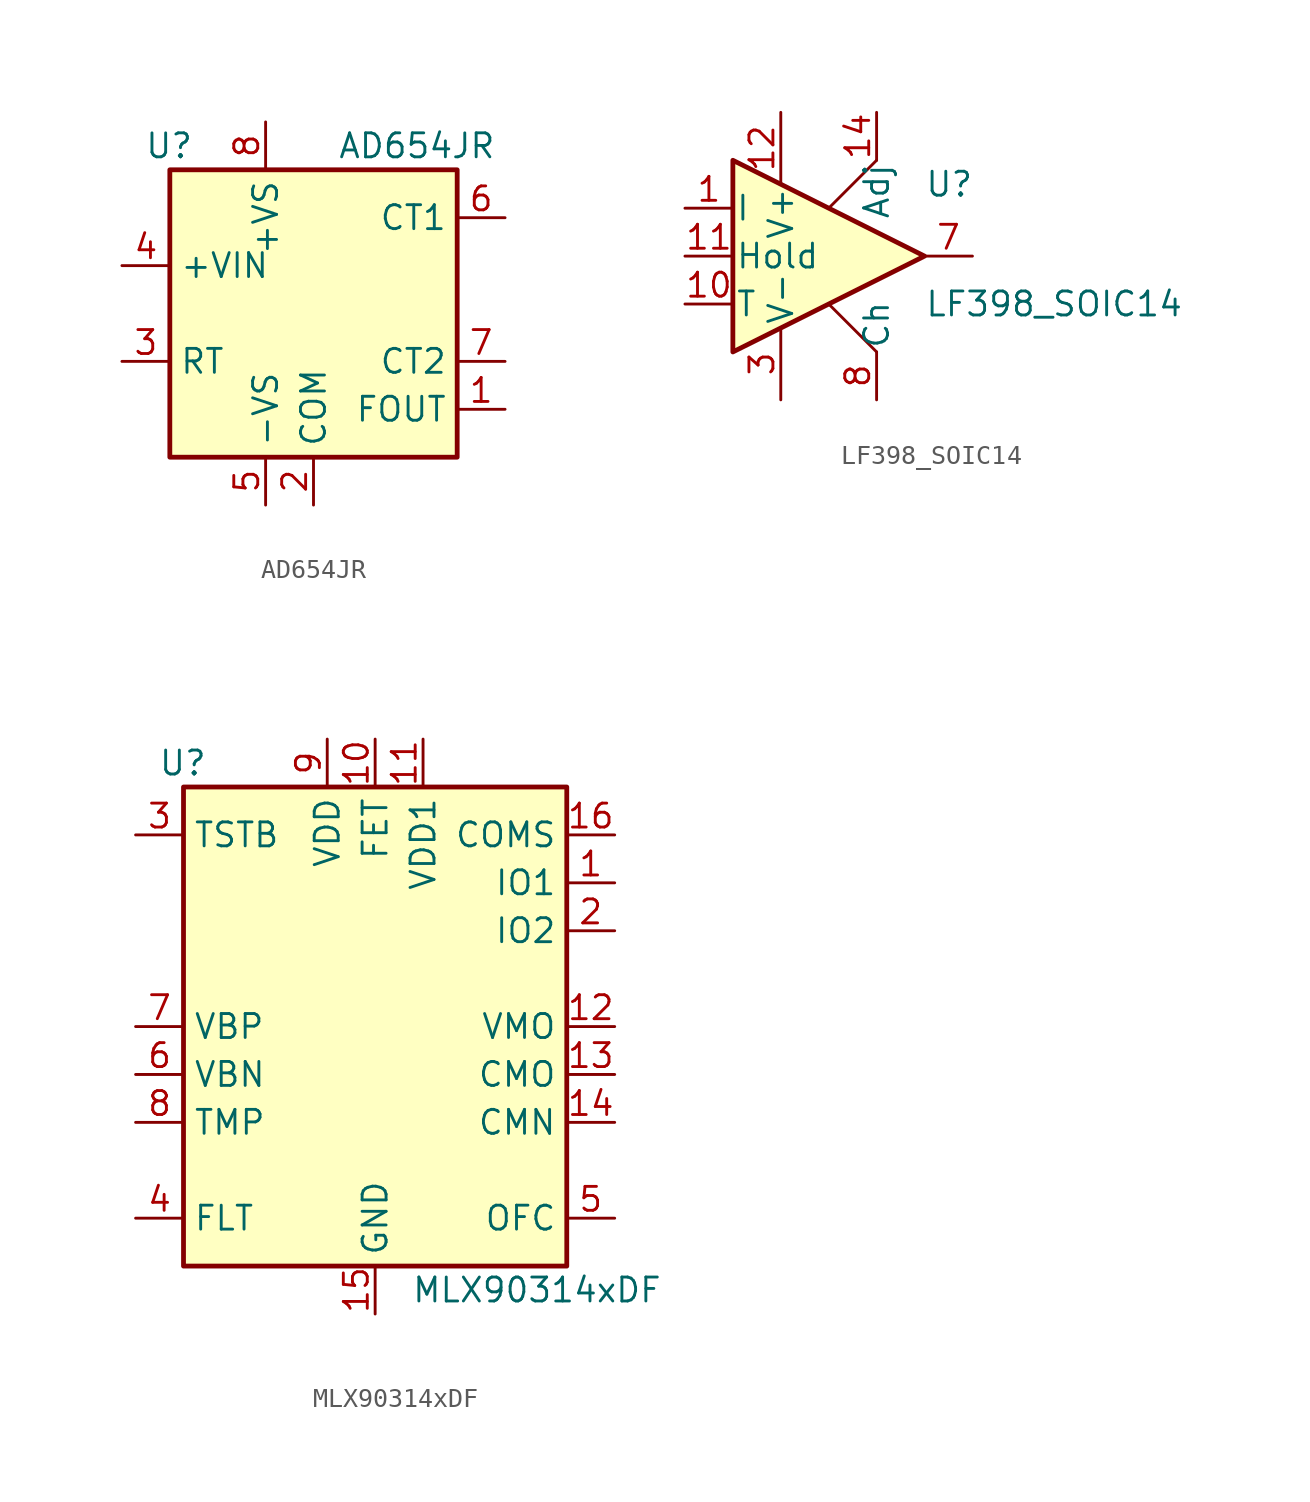
<source format=kicad_sym>
(kicad_symbol_lib
  (version 20201005)
  (generator kicad_symbol_editor)
  (symbol "Analog:AD654JR"
    (property "Reference" "U"
      (at -6.35 8.89 0)
      (effects (font (size 1.27 1.27)) (justify right)))
    (property "Value" "AD654JR"
      (at 1.27 8.89 0)
      (effects (font (size 1.27 1.27)) (justify left)))
    (symbol "AD654JR_0_1"
      (rectangle (start -7.62 7.62) (end 7.62 -7.62) (stroke (width 0.254)) (fill (type background))))
    (symbol "AD654JR_1_1"
      (pin open_collector line (at 10.16 -5.08 180) (length 2.54) (name "FOUT" (effects (font (size 1.27 1.27)))) (number "1" (effects (font (size 1.27 1.27)))))
      (pin power_in line (at 0 -10.16 90) (length 2.54) (name "COM" (effects (font (size 1.27 1.27)))) (number "2" (effects (font (size 1.27 1.27)))))
      (pin input line (at -10.16 -2.54 0) (length 2.54) (name "RT" (effects (font (size 1.27 1.27)))) (number "3" (effects (font (size 1.27 1.27)))))
      (pin input line (at -10.16 2.54 0) (length 2.54) (name "+VIN" (effects (font (size 1.27 1.27)))) (number "4" (effects (font (size 1.27 1.27)))))
      (pin power_in line (at -2.54 -10.16 90) (length 2.54) (name "-VS" (effects (font (size 1.27 1.27)))) (number "5" (effects (font (size 1.27 1.27)))))
      (pin passive line (at 10.16 5.08 180) (length 2.54) (name "CT1" (effects (font (size 1.27 1.27)))) (number "6" (effects (font (size 1.27 1.27)))))
      (pin passive line (at 10.16 -2.54 180) (length 2.54) (name "CT2" (effects (font (size 1.27 1.27)))) (number "7" (effects (font (size 1.27 1.27)))))
      (pin power_in line (at -2.54 10.16 270) (length 2.54) (name "+VS" (effects (font (size 1.27 1.27)))) (number "8" (effects (font (size 1.27 1.27)))))))
  (symbol "Analog:LF398_SOIC14"
    (pin_names
      (offset 0.127))
    (property "Reference" "U"
      (at 5.08 3.81 0)
      (effects (font (size 1.27 1.27)) (justify left)))
    (property "Value" "LF398_SOIC14"
      (at 5.08 -2.54 0)
      (effects (font (size 1.27 1.27)) (justify left)))
    (symbol "LF398_SOIC14_0_1"
      (polyline (pts (xy 0 -2.54) (xy 2.54 -5.08)) (stroke (width 0)) (fill (type none)))
      (polyline (pts (xy 2.54 5.08) (xy 0 2.54)) (stroke (width 0)) (fill (type none)))
      (polyline (pts (xy -5.08 5.08) (xy 5.08 0) (xy -5.08 -5.08) (xy -5.08 5.08)) (stroke (width 0.254)) (fill (type background))))
    (symbol "LF398_SOIC14_1_1"
      (pin input line (at -7.62 2.54 0) (length 2.54) (name "I" (effects (font (size 1.27 1.27)))) (number "1" (effects (font (size 1.27 1.27)))))
      (pin passive line (at -7.62 -2.54 0) (length 2.54) (name "T" (effects (font (size 1.27 1.27)))) (number "10" (effects (font (size 1.27 1.27)))))
      (pin input line (at -7.62 0 0) (length 2.54) (name "Hold" (effects (font (size 1.27 1.27)))) (number "11" (effects (font (size 1.27 1.27)))))
      (pin passive line (at -2.54 7.62 270) (length 3.81) (name "V+" (effects (font (size 1.27 1.27)))) (number "12" (effects (font (size 1.27 1.27)))))
      (pin no_connect line (at 0 -2.54 90) (length 2.54) hide (name "NC" (effects (font (size 1.27 1.27)))) (number "13" (effects (font (size 1.27 1.27)))))
      (pin passive line (at 2.54 7.62 270) (length 2.54) (name "Adj" (effects (font (size 1.27 1.27)))) (number "14" (effects (font (size 1.27 1.27)))))
      (pin no_connect line (at -5.08 2.54 270) (length 2.54) hide (name "NC" (effects (font (size 1.27 1.27)))) (number "2" (effects (font (size 1.27 1.27)))))
      (pin passive line (at -2.54 -7.62 90) (length 3.81) (name "V-" (effects (font (size 1.27 1.27)))) (number "3" (effects (font (size 1.27 1.27)))))
      (pin no_connect line (at -2.54 2.54 270) (length 2.54) hide (name "NC" (effects (font (size 1.27 1.27)))) (number "4" (effects (font (size 1.27 1.27)))))
      (pin no_connect line (at -5.08 -2.54 90) (length 2.54) hide (name "NC" (effects (font (size 1.27 1.27)))) (number "5" (effects (font (size 1.27 1.27)))))
      (pin no_connect line (at -2.54 -2.54 90) (length 2.54) hide (name "NC" (effects (font (size 1.27 1.27)))) (number "6" (effects (font (size 1.27 1.27)))))
      (pin output line (at 7.62 0 180) (length 2.54) (name "~" (effects (font (size 1.27 1.27)))) (number "7" (effects (font (size 1.27 1.27)))))
      (pin passive line (at 2.54 -7.62 90) (length 2.54) (name "Ch" (effects (font (size 1.27 1.27)))) (number "8" (effects (font (size 1.27 1.27)))))
      (pin no_connect line (at 0 2.54 270) (length 2.54) hide (name "NC" (effects (font (size 1.27 1.27)))) (number "9" (effects (font (size 1.27 1.27)))))))
  (symbol "Analog:MLX90314xDF"
    (property "Reference" "U"
      (at -8.89 13.97 0)
      (effects (font (size 1.27 1.27)) (justify right)))
    (property "Value" "MLX90314xDF"
      (at 15.24 -13.97 0)
      (effects (font (size 1.27 1.27)) (justify right)))
    (symbol "MLX90314xDF_0_1"
      (rectangle (start -10.16 12.7) (end 10.16 -12.7) (stroke (width 0.254)) (fill (type background))))
    (symbol "MLX90314xDF_1_1"
      (pin bidirectional line (at 12.7 7.62 180) (length 2.54) (name "IO1" (effects (font (size 1.27 1.27)))) (number "1" (effects (font (size 1.27 1.27)))))
      (pin output line (at 0 15.24 270) (length 2.54) (name "FET" (effects (font (size 1.27 1.27)))) (number "10" (effects (font (size 1.27 1.27)))))
      (pin power_in line (at 2.54 15.24 270) (length 2.54) (name "VDD1" (effects (font (size 1.27 1.27)))) (number "11" (effects (font (size 1.27 1.27)))))
      (pin output line (at 12.7 0 180) (length 2.54) (name "VMO" (effects (font (size 1.27 1.27)))) (number "12" (effects (font (size 1.27 1.27)))))
      (pin output line (at 12.7 -2.54 180) (length 2.54) (name "CMO" (effects (font (size 1.27 1.27)))) (number "13" (effects (font (size 1.27 1.27)))))
      (pin input line (at 12.7 -5.08 180) (length 2.54) (name "CMN" (effects (font (size 1.27 1.27)))) (number "14" (effects (font (size 1.27 1.27)))))
      (pin power_in line (at 0 -15.24 90) (length 2.54) (name "GND" (effects (font (size 1.27 1.27)))) (number "15" (effects (font (size 1.27 1.27)))))
      (pin bidirectional line (at 12.7 10.16 180) (length 2.54) (name "COMS" (effects (font (size 1.27 1.27)))) (number "16" (effects (font (size 1.27 1.27)))))
      (pin bidirectional line (at 12.7 5.08 180) (length 2.54) (name "IO2" (effects (font (size 1.27 1.27)))) (number "2" (effects (font (size 1.27 1.27)))))
      (pin input line (at -12.7 10.16 0) (length 2.54) (name "TSTB" (effects (font (size 1.27 1.27)))) (number "3" (effects (font (size 1.27 1.27)))))
      (pin passive line (at -12.7 -10.16 0) (length 2.54) (name "FLT" (effects (font (size 1.27 1.27)))) (number "4" (effects (font (size 1.27 1.27)))))
      (pin output line (at 12.7 -10.16 180) (length 2.54) (name "OFC" (effects (font (size 1.27 1.27)))) (number "5" (effects (font (size 1.27 1.27)))))
      (pin input line (at -12.7 -2.54 0) (length 2.54) (name "VBN" (effects (font (size 1.27 1.27)))) (number "6" (effects (font (size 1.27 1.27)))))
      (pin input line (at -12.7 0 0) (length 2.54) (name "VBP" (effects (font (size 1.27 1.27)))) (number "7" (effects (font (size 1.27 1.27)))))
      (pin input line (at -12.7 -5.08 0) (length 2.54) (name "TMP" (effects (font (size 1.27 1.27)))) (number "8" (effects (font (size 1.27 1.27)))))
      (pin power_in line (at -2.54 15.24 270) (length 2.54) (name "VDD" (effects (font (size 1.27 1.27)))) (number "9" (effects (font (size 1.27 1.27))))))))
</source>
